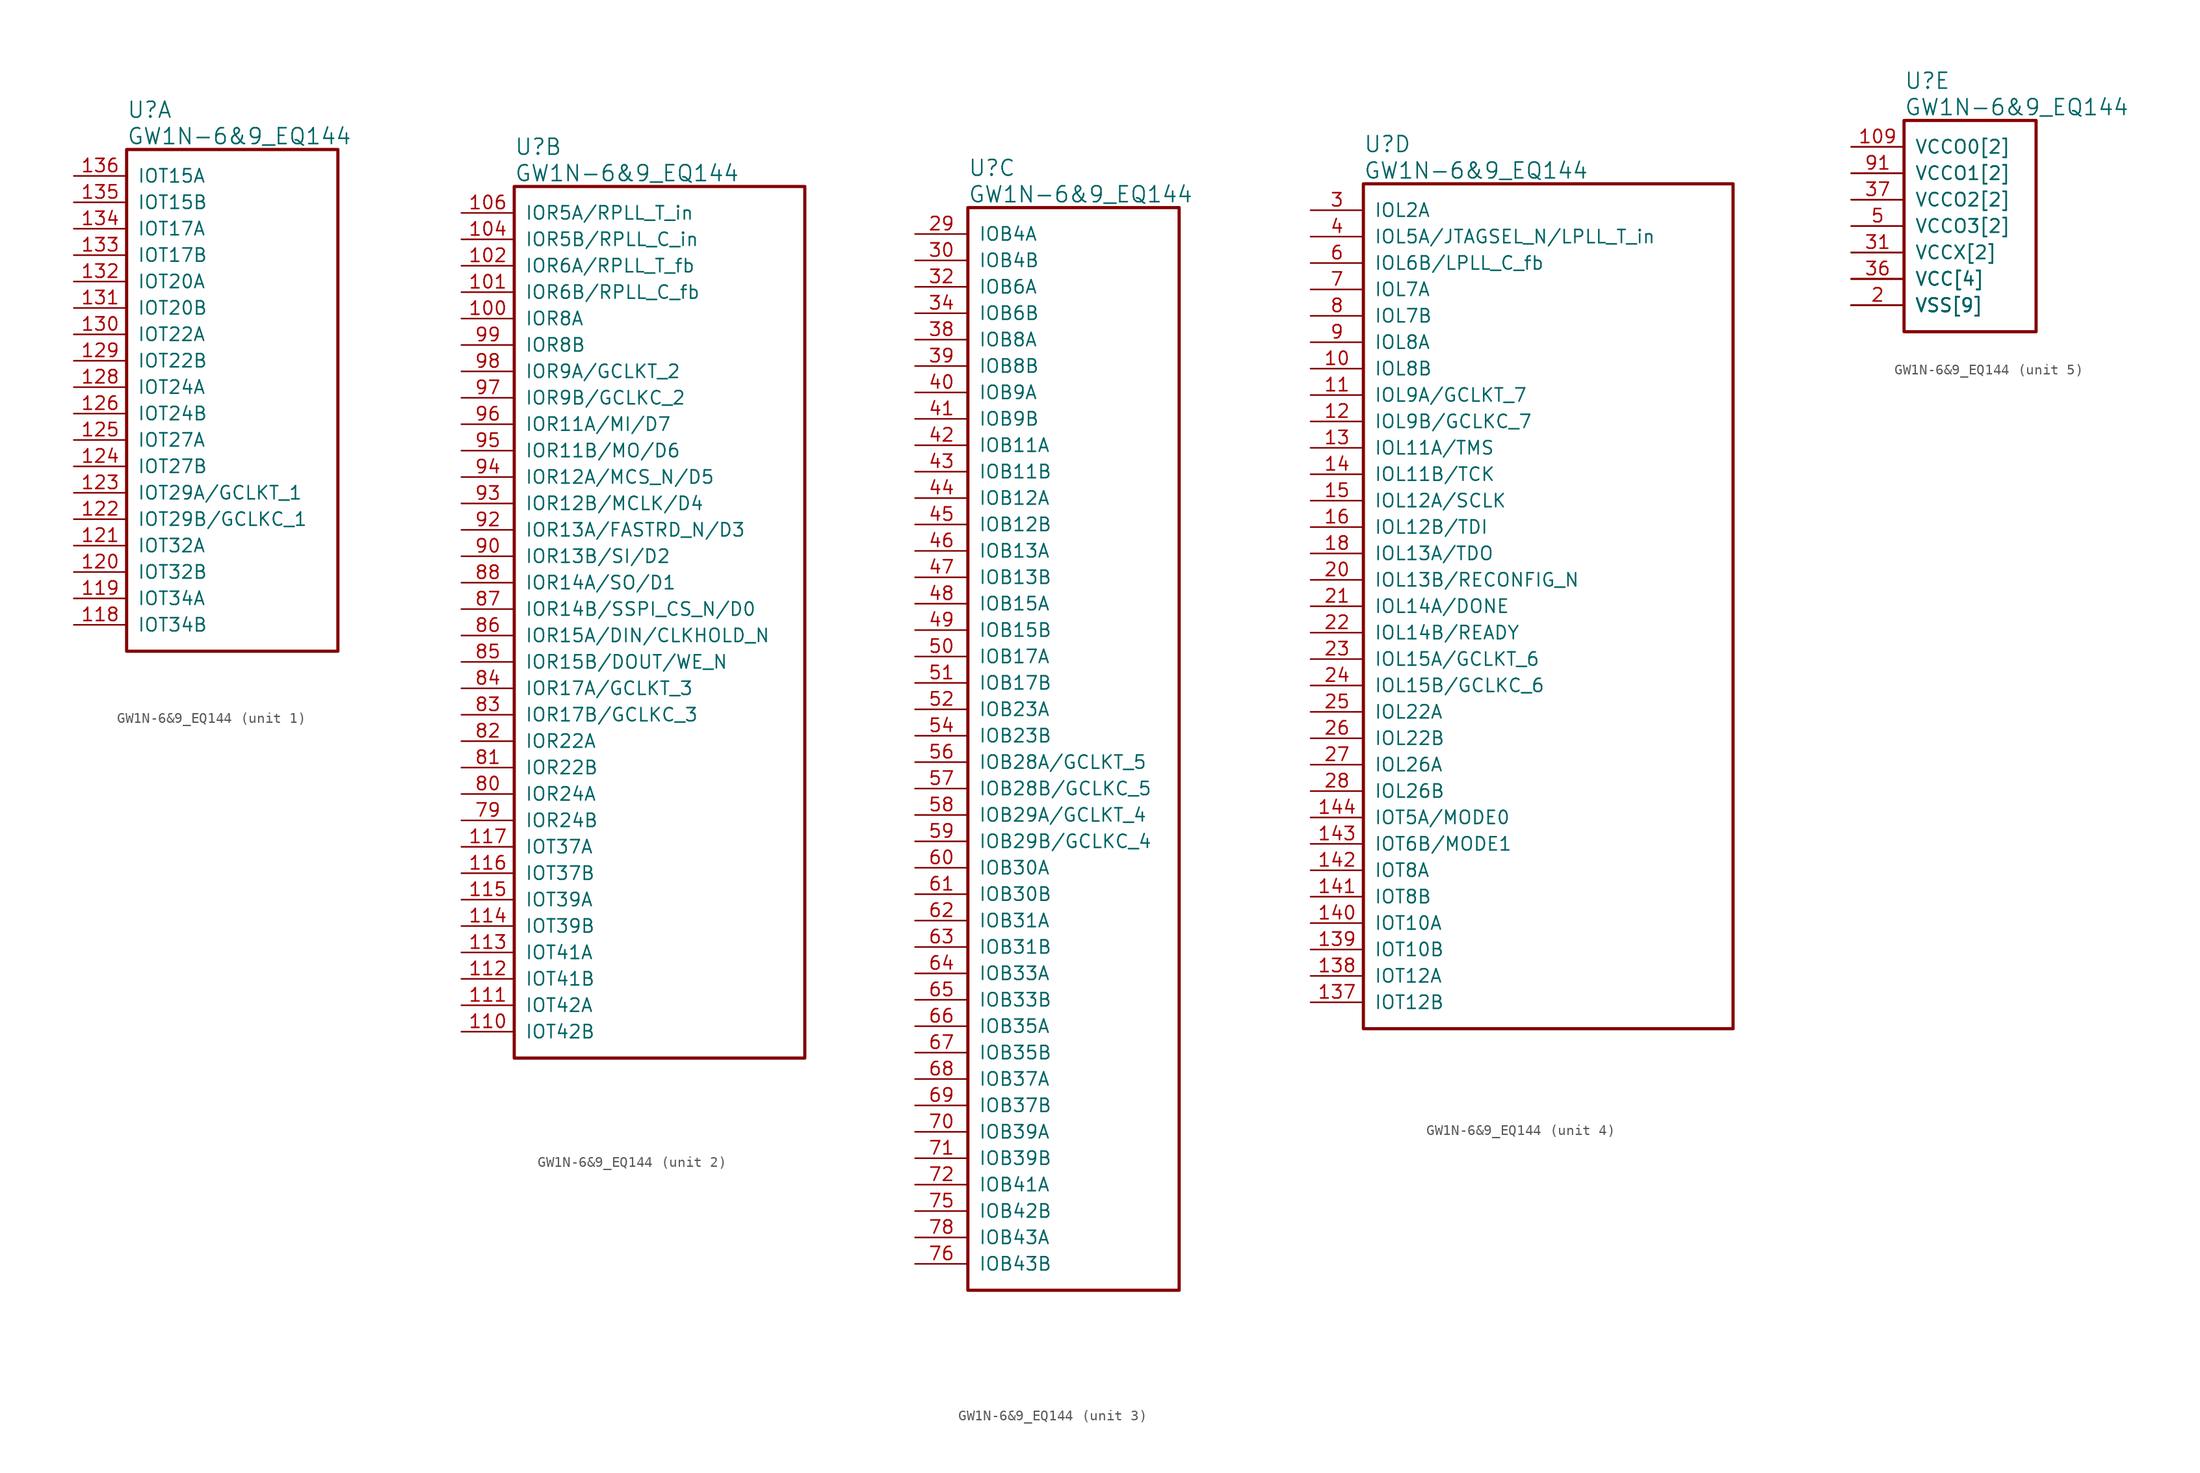
<source format=kicad_sym>
(kicad_symbol_lib
  (version 20220914)
  (generator kicad_symbol_editor)
  (symbol "GW1N-6&9_EQ144"
    (pin_names
      (offset 1.016))
    (property "Reference" "U"
      (at 5.08 6.35 0)
      (effects (font (size 1.524 1.524)) (justify left)))
    (property "Value" "GW1N-6&9_EQ144"
      (at 5.08 3.81 0)
      (effects (font (size 1.524 1.524)) (justify left)))
    (property "ki_locked" ""
      (at 0 0 0)
      (effects (font (size 1.27 1.27))))
    (symbol "GW1N-6&9_EQ144_1_1"
      (rectangle (start 5.08 2.54) (end 25.4 -45.72) (stroke (width 0.305) (type solid)) (fill (type none)))
      (pin bidirectional line (at 0 -43.18 0) (length 5.08) (name "IOT34B" (effects (font (size 1.27 1.27)))) (number "118" (effects (font (size 1.27 1.27)))))
      (pin bidirectional line (at 0 -40.64 0) (length 5.08) (name "IOT34A" (effects (font (size 1.27 1.27)))) (number "119" (effects (font (size 1.27 1.27)))))
      (pin bidirectional line (at 0 -38.1 0) (length 5.08) (name "IOT32B" (effects (font (size 1.27 1.27)))) (number "120" (effects (font (size 1.27 1.27)))))
      (pin bidirectional line (at 0 -35.56 0) (length 5.08) (name "IOT32A" (effects (font (size 1.27 1.27)))) (number "121" (effects (font (size 1.27 1.27)))))
      (pin bidirectional line (at 0 -33.02 0) (length 5.08) (name "IOT29B/GCLKC_1" (effects (font (size 1.27 1.27)))) (number "122" (effects (font (size 1.27 1.27)))))
      (pin bidirectional line (at 0 -30.48 0) (length 5.08) (name "IOT29A/GCLKT_1" (effects (font (size 1.27 1.27)))) (number "123" (effects (font (size 1.27 1.27)))))
      (pin bidirectional line (at 0 -27.94 0) (length 5.08) (name "IOT27B" (effects (font (size 1.27 1.27)))) (number "124" (effects (font (size 1.27 1.27)))))
      (pin bidirectional line (at 0 -25.4 0) (length 5.08) (name "IOT27A" (effects (font (size 1.27 1.27)))) (number "125" (effects (font (size 1.27 1.27)))))
      (pin bidirectional line (at 0 -22.86 0) (length 5.08) (name "IOT24B" (effects (font (size 1.27 1.27)))) (number "126" (effects (font (size 1.27 1.27)))))
      (pin bidirectional line (at 0 -20.32 0) (length 5.08) (name "IOT24A" (effects (font (size 1.27 1.27)))) (number "128" (effects (font (size 1.27 1.27)))))
      (pin bidirectional line (at 0 -17.78 0) (length 5.08) (name "IOT22B" (effects (font (size 1.27 1.27)))) (number "129" (effects (font (size 1.27 1.27)))))
      (pin bidirectional line (at 0 -15.24 0) (length 5.08) (name "IOT22A" (effects (font (size 1.27 1.27)))) (number "130" (effects (font (size 1.27 1.27)))))
      (pin bidirectional line (at 0 -12.7 0) (length 5.08) (name "IOT20B" (effects (font (size 1.27 1.27)))) (number "131" (effects (font (size 1.27 1.27)))))
      (pin bidirectional line (at 0 -10.16 0) (length 5.08) (name "IOT20A" (effects (font (size 1.27 1.27)))) (number "132" (effects (font (size 1.27 1.27)))))
      (pin bidirectional line (at 0 -7.62 0) (length 5.08) (name "IOT17B" (effects (font (size 1.27 1.27)))) (number "133" (effects (font (size 1.27 1.27)))))
      (pin bidirectional line (at 0 -5.08 0) (length 5.08) (name "IOT17A" (effects (font (size 1.27 1.27)))) (number "134" (effects (font (size 1.27 1.27)))))
      (pin bidirectional line (at 0 -2.54 0) (length 5.08) (name "IOT15B" (effects (font (size 1.27 1.27)))) (number "135" (effects (font (size 1.27 1.27)))))
      (pin bidirectional line (at 0 0 0) (length 5.08) (name "IOT15A" (effects (font (size 1.27 1.27)))) (number "136" (effects (font (size 1.27 1.27))))))
    (symbol "GW1N-6&9_EQ144_2_1"
      (rectangle (start 5.08 2.54) (end 33.02 -81.28) (stroke (width 0.305) (type solid)) (fill (type none)))
      (pin bidirectional line (at 0 -10.16 0) (length 5.08) (name "IOR8A" (effects (font (size 1.27 1.27)))) (number "100" (effects (font (size 1.27 1.27)))))
      (pin bidirectional line (at 0 -7.62 0) (length 5.08) (name "IOR6B/RPLL_C_fb" (effects (font (size 1.27 1.27)))) (number "101" (effects (font (size 1.27 1.27)))))
      (pin bidirectional line (at 0 -5.08 0) (length 5.08) (name "IOR6A/RPLL_T_fb" (effects (font (size 1.27 1.27)))) (number "102" (effects (font (size 1.27 1.27)))))
      (pin bidirectional line (at 0 -2.54 0) (length 5.08) (name "IOR5B/RPLL_C_in" (effects (font (size 1.27 1.27)))) (number "104" (effects (font (size 1.27 1.27)))))
      (pin bidirectional line (at 0 0 0) (length 5.08) (name "IOR5A/RPLL_T_in" (effects (font (size 1.27 1.27)))) (number "106" (effects (font (size 1.27 1.27)))))
      (pin bidirectional line (at 0 -78.74 0) (length 5.08) (name "IOT42B" (effects (font (size 1.27 1.27)))) (number "110" (effects (font (size 1.27 1.27)))))
      (pin bidirectional line (at 0 -76.2 0) (length 5.08) (name "IOT42A" (effects (font (size 1.27 1.27)))) (number "111" (effects (font (size 1.27 1.27)))))
      (pin bidirectional line (at 0 -73.66 0) (length 5.08) (name "IOT41B" (effects (font (size 1.27 1.27)))) (number "112" (effects (font (size 1.27 1.27)))))
      (pin bidirectional line (at 0 -71.12 0) (length 5.08) (name "IOT41A" (effects (font (size 1.27 1.27)))) (number "113" (effects (font (size 1.27 1.27)))))
      (pin bidirectional line (at 0 -68.58 0) (length 5.08) (name "IOT39B" (effects (font (size 1.27 1.27)))) (number "114" (effects (font (size 1.27 1.27)))))
      (pin bidirectional line (at 0 -66.04 0) (length 5.08) (name "IOT39A" (effects (font (size 1.27 1.27)))) (number "115" (effects (font (size 1.27 1.27)))))
      (pin bidirectional line (at 0 -63.5 0) (length 5.08) (name "IOT37B" (effects (font (size 1.27 1.27)))) (number "116" (effects (font (size 1.27 1.27)))))
      (pin bidirectional line (at 0 -60.96 0) (length 5.08) (name "IOT37A" (effects (font (size 1.27 1.27)))) (number "117" (effects (font (size 1.27 1.27)))))
      (pin bidirectional line (at 0 -58.42 0) (length 5.08) (name "IOR24B" (effects (font (size 1.27 1.27)))) (number "79" (effects (font (size 1.27 1.27)))))
      (pin bidirectional line (at 0 -55.88 0) (length 5.08) (name "IOR24A" (effects (font (size 1.27 1.27)))) (number "80" (effects (font (size 1.27 1.27)))))
      (pin bidirectional line (at 0 -53.34 0) (length 5.08) (name "IOR22B" (effects (font (size 1.27 1.27)))) (number "81" (effects (font (size 1.27 1.27)))))
      (pin bidirectional line (at 0 -50.8 0) (length 5.08) (name "IOR22A" (effects (font (size 1.27 1.27)))) (number "82" (effects (font (size 1.27 1.27)))))
      (pin bidirectional line (at 0 -48.26 0) (length 5.08) (name "IOR17B/GCLKC_3" (effects (font (size 1.27 1.27)))) (number "83" (effects (font (size 1.27 1.27)))))
      (pin bidirectional line (at 0 -45.72 0) (length 5.08) (name "IOR17A/GCLKT_3" (effects (font (size 1.27 1.27)))) (number "84" (effects (font (size 1.27 1.27)))))
      (pin bidirectional line (at 0 -43.18 0) (length 5.08) (name "IOR15B/DOUT/WE_N" (effects (font (size 1.27 1.27)))) (number "85" (effects (font (size 1.27 1.27)))))
      (pin bidirectional line (at 0 -40.64 0) (length 5.08) (name "IOR15A/DIN/CLKHOLD_N" (effects (font (size 1.27 1.27)))) (number "86" (effects (font (size 1.27 1.27)))))
      (pin bidirectional line (at 0 -38.1 0) (length 5.08) (name "IOR14B/SSPI_CS_N/D0" (effects (font (size 1.27 1.27)))) (number "87" (effects (font (size 1.27 1.27)))))
      (pin bidirectional line (at 0 -35.56 0) (length 5.08) (name "IOR14A/SO/D1" (effects (font (size 1.27 1.27)))) (number "88" (effects (font (size 1.27 1.27)))))
      (pin bidirectional line (at 0 -33.02 0) (length 5.08) (name "IOR13B/SI/D2" (effects (font (size 1.27 1.27)))) (number "90" (effects (font (size 1.27 1.27)))))
      (pin bidirectional line (at 0 -30.48 0) (length 5.08) (name "IOR13A/FASTRD_N/D3" (effects (font (size 1.27 1.27)))) (number "92" (effects (font (size 1.27 1.27)))))
      (pin bidirectional line (at 0 -27.94 0) (length 5.08) (name "IOR12B/MCLK/D4" (effects (font (size 1.27 1.27)))) (number "93" (effects (font (size 1.27 1.27)))))
      (pin bidirectional line (at 0 -25.4 0) (length 5.08) (name "IOR12A/MCS_N/D5" (effects (font (size 1.27 1.27)))) (number "94" (effects (font (size 1.27 1.27)))))
      (pin bidirectional line (at 0 -22.86 0) (length 5.08) (name "IOR11B/MO/D6" (effects (font (size 1.27 1.27)))) (number "95" (effects (font (size 1.27 1.27)))))
      (pin bidirectional line (at 0 -20.32 0) (length 5.08) (name "IOR11A/MI/D7" (effects (font (size 1.27 1.27)))) (number "96" (effects (font (size 1.27 1.27)))))
      (pin bidirectional line (at 0 -17.78 0) (length 5.08) (name "IOR9B/GCLKC_2" (effects (font (size 1.27 1.27)))) (number "97" (effects (font (size 1.27 1.27)))))
      (pin bidirectional line (at 0 -15.24 0) (length 5.08) (name "IOR9A/GCLKT_2" (effects (font (size 1.27 1.27)))) (number "98" (effects (font (size 1.27 1.27)))))
      (pin bidirectional line (at 0 -12.7 0) (length 5.08) (name "IOR8B" (effects (font (size 1.27 1.27)))) (number "99" (effects (font (size 1.27 1.27))))))
    (symbol "GW1N-6&9_EQ144_3_1"
      (rectangle (start 5.08 2.54) (end 25.4 -101.6) (stroke (width 0.305) (type solid)) (fill (type none)))
      (pin bidirectional line (at 0 0 0) (length 5.08) (name "IOB4A" (effects (font (size 1.27 1.27)))) (number "29" (effects (font (size 1.27 1.27)))))
      (pin bidirectional line (at 0 -2.54 0) (length 5.08) (name "IOB4B" (effects (font (size 1.27 1.27)))) (number "30" (effects (font (size 1.27 1.27)))))
      (pin bidirectional line (at 0 -5.08 0) (length 5.08) (name "IOB6A" (effects (font (size 1.27 1.27)))) (number "32" (effects (font (size 1.27 1.27)))))
      (pin bidirectional line (at 0 -7.62 0) (length 5.08) (name "IOB6B" (effects (font (size 1.27 1.27)))) (number "34" (effects (font (size 1.27 1.27)))))
      (pin bidirectional line (at 0 -10.16 0) (length 5.08) (name "IOB8A" (effects (font (size 1.27 1.27)))) (number "38" (effects (font (size 1.27 1.27)))))
      (pin bidirectional line (at 0 -12.7 0) (length 5.08) (name "IOB8B" (effects (font (size 1.27 1.27)))) (number "39" (effects (font (size 1.27 1.27)))))
      (pin bidirectional line (at 0 -15.24 0) (length 5.08) (name "IOB9A" (effects (font (size 1.27 1.27)))) (number "40" (effects (font (size 1.27 1.27)))))
      (pin bidirectional line (at 0 -17.78 0) (length 5.08) (name "IOB9B" (effects (font (size 1.27 1.27)))) (number "41" (effects (font (size 1.27 1.27)))))
      (pin bidirectional line (at 0 -20.32 0) (length 5.08) (name "IOB11A" (effects (font (size 1.27 1.27)))) (number "42" (effects (font (size 1.27 1.27)))))
      (pin bidirectional line (at 0 -22.86 0) (length 5.08) (name "IOB11B" (effects (font (size 1.27 1.27)))) (number "43" (effects (font (size 1.27 1.27)))))
      (pin bidirectional line (at 0 -25.4 0) (length 5.08) (name "IOB12A" (effects (font (size 1.27 1.27)))) (number "44" (effects (font (size 1.27 1.27)))))
      (pin bidirectional line (at 0 -27.94 0) (length 5.08) (name "IOB12B" (effects (font (size 1.27 1.27)))) (number "45" (effects (font (size 1.27 1.27)))))
      (pin bidirectional line (at 0 -30.48 0) (length 5.08) (name "IOB13A" (effects (font (size 1.27 1.27)))) (number "46" (effects (font (size 1.27 1.27)))))
      (pin bidirectional line (at 0 -33.02 0) (length 5.08) (name "IOB13B" (effects (font (size 1.27 1.27)))) (number "47" (effects (font (size 1.27 1.27)))))
      (pin bidirectional line (at 0 -35.56 0) (length 5.08) (name "IOB15A" (effects (font (size 1.27 1.27)))) (number "48" (effects (font (size 1.27 1.27)))))
      (pin bidirectional line (at 0 -38.1 0) (length 5.08) (name "IOB15B" (effects (font (size 1.27 1.27)))) (number "49" (effects (font (size 1.27 1.27)))))
      (pin bidirectional line (at 0 -40.64 0) (length 5.08) (name "IOB17A" (effects (font (size 1.27 1.27)))) (number "50" (effects (font (size 1.27 1.27)))))
      (pin bidirectional line (at 0 -43.18 0) (length 5.08) (name "IOB17B" (effects (font (size 1.27 1.27)))) (number "51" (effects (font (size 1.27 1.27)))))
      (pin bidirectional line (at 0 -45.72 0) (length 5.08) (name "IOB23A" (effects (font (size 1.27 1.27)))) (number "52" (effects (font (size 1.27 1.27)))))
      (pin bidirectional line (at 0 -48.26 0) (length 5.08) (name "IOB23B" (effects (font (size 1.27 1.27)))) (number "54" (effects (font (size 1.27 1.27)))))
      (pin bidirectional line (at 0 -50.8 0) (length 5.08) (name "IOB28A/GCLKT_5" (effects (font (size 1.27 1.27)))) (number "56" (effects (font (size 1.27 1.27)))))
      (pin bidirectional line (at 0 -53.34 0) (length 5.08) (name "IOB28B/GCLKC_5" (effects (font (size 1.27 1.27)))) (number "57" (effects (font (size 1.27 1.27)))))
      (pin bidirectional line (at 0 -55.88 0) (length 5.08) (name "IOB29A/GCLKT_4" (effects (font (size 1.27 1.27)))) (number "58" (effects (font (size 1.27 1.27)))))
      (pin bidirectional line (at 0 -58.42 0) (length 5.08) (name "IOB29B/GCLKC_4" (effects (font (size 1.27 1.27)))) (number "59" (effects (font (size 1.27 1.27)))))
      (pin bidirectional line (at 0 -60.96 0) (length 5.08) (name "IOB30A" (effects (font (size 1.27 1.27)))) (number "60" (effects (font (size 1.27 1.27)))))
      (pin bidirectional line (at 0 -63.5 0) (length 5.08) (name "IOB30B" (effects (font (size 1.27 1.27)))) (number "61" (effects (font (size 1.27 1.27)))))
      (pin bidirectional line (at 0 -66.04 0) (length 5.08) (name "IOB31A" (effects (font (size 1.27 1.27)))) (number "62" (effects (font (size 1.27 1.27)))))
      (pin bidirectional line (at 0 -68.58 0) (length 5.08) (name "IOB31B" (effects (font (size 1.27 1.27)))) (number "63" (effects (font (size 1.27 1.27)))))
      (pin bidirectional line (at 0 -71.12 0) (length 5.08) (name "IOB33A" (effects (font (size 1.27 1.27)))) (number "64" (effects (font (size 1.27 1.27)))))
      (pin bidirectional line (at 0 -73.66 0) (length 5.08) (name "IOB33B" (effects (font (size 1.27 1.27)))) (number "65" (effects (font (size 1.27 1.27)))))
      (pin bidirectional line (at 0 -76.2 0) (length 5.08) (name "IOB35A" (effects (font (size 1.27 1.27)))) (number "66" (effects (font (size 1.27 1.27)))))
      (pin bidirectional line (at 0 -78.74 0) (length 5.08) (name "IOB35B" (effects (font (size 1.27 1.27)))) (number "67" (effects (font (size 1.27 1.27)))))
      (pin bidirectional line (at 0 -81.28 0) (length 5.08) (name "IOB37A" (effects (font (size 1.27 1.27)))) (number "68" (effects (font (size 1.27 1.27)))))
      (pin bidirectional line (at 0 -83.82 0) (length 5.08) (name "IOB37B" (effects (font (size 1.27 1.27)))) (number "69" (effects (font (size 1.27 1.27)))))
      (pin bidirectional line (at 0 -86.36 0) (length 5.08) (name "IOB39A" (effects (font (size 1.27 1.27)))) (number "70" (effects (font (size 1.27 1.27)))))
      (pin bidirectional line (at 0 -88.9 0) (length 5.08) (name "IOB39B" (effects (font (size 1.27 1.27)))) (number "71" (effects (font (size 1.27 1.27)))))
      (pin bidirectional line (at 0 -91.44 0) (length 5.08) (name "IOB41A" (effects (font (size 1.27 1.27)))) (number "72" (effects (font (size 1.27 1.27)))))
      (pin bidirectional line (at 0 -93.98 0) (length 5.08) (name "IOB42B" (effects (font (size 1.27 1.27)))) (number "75" (effects (font (size 1.27 1.27)))))
      (pin bidirectional line (at 0 -99.06 0) (length 5.08) (name "IOB43B" (effects (font (size 1.27 1.27)))) (number "76" (effects (font (size 1.27 1.27)))))
      (pin bidirectional line (at 0 -96.52 0) (length 5.08) (name "IOB43A" (effects (font (size 1.27 1.27)))) (number "78" (effects (font (size 1.27 1.27))))))
    (symbol "GW1N-6&9_EQ144_4_1"
      (rectangle (start 5.08 2.54) (end 40.64 -78.74) (stroke (width 0.305) (type solid)) (fill (type none)))
      (pin bidirectional line (at 0 -15.24 0) (length 5.08) (name "IOL8B" (effects (font (size 1.27 1.27)))) (number "10" (effects (font (size 1.27 1.27)))))
      (pin bidirectional line (at 0 -17.78 0) (length 5.08) (name "IOL9A/GCLKT_7" (effects (font (size 1.27 1.27)))) (number "11" (effects (font (size 1.27 1.27)))))
      (pin bidirectional line (at 0 -20.32 0) (length 5.08) (name "IOL9B/GCLKC_7" (effects (font (size 1.27 1.27)))) (number "12" (effects (font (size 1.27 1.27)))))
      (pin bidirectional line (at 0 -22.86 0) (length 5.08) (name "IOL11A/TMS" (effects (font (size 1.27 1.27)))) (number "13" (effects (font (size 1.27 1.27)))))
      (pin bidirectional line (at 0 -76.2 0) (length 5.08) (name "IOT12B" (effects (font (size 1.27 1.27)))) (number "137" (effects (font (size 1.27 1.27)))))
      (pin bidirectional line (at 0 -73.66 0) (length 5.08) (name "IOT12A" (effects (font (size 1.27 1.27)))) (number "138" (effects (font (size 1.27 1.27)))))
      (pin bidirectional line (at 0 -71.12 0) (length 5.08) (name "IOT10B" (effects (font (size 1.27 1.27)))) (number "139" (effects (font (size 1.27 1.27)))))
      (pin bidirectional line (at 0 -25.4 0) (length 5.08) (name "IOL11B/TCK" (effects (font (size 1.27 1.27)))) (number "14" (effects (font (size 1.27 1.27)))))
      (pin bidirectional line (at 0 -68.58 0) (length 5.08) (name "IOT10A" (effects (font (size 1.27 1.27)))) (number "140" (effects (font (size 1.27 1.27)))))
      (pin bidirectional line (at 0 -66.04 0) (length 5.08) (name "IOT8B" (effects (font (size 1.27 1.27)))) (number "141" (effects (font (size 1.27 1.27)))))
      (pin bidirectional line (at 0 -63.5 0) (length 5.08) (name "IOT8A" (effects (font (size 1.27 1.27)))) (number "142" (effects (font (size 1.27 1.27)))))
      (pin bidirectional line (at 0 -60.96 0) (length 5.08) (name "IOT6B/MODE1" (effects (font (size 1.27 1.27)))) (number "143" (effects (font (size 1.27 1.27)))))
      (pin bidirectional line (at 0 -58.42 0) (length 5.08) (name "IOT5A/MODE0" (effects (font (size 1.27 1.27)))) (number "144" (effects (font (size 1.27 1.27)))))
      (pin bidirectional line (at 0 -27.94 0) (length 5.08) (name "IOL12A/SCLK" (effects (font (size 1.27 1.27)))) (number "15" (effects (font (size 1.27 1.27)))))
      (pin bidirectional line (at 0 -30.48 0) (length 5.08) (name "IOL12B/TDI" (effects (font (size 1.27 1.27)))) (number "16" (effects (font (size 1.27 1.27)))))
      (pin bidirectional line (at 0 -33.02 0) (length 5.08) (name "IOL13A/TDO" (effects (font (size 1.27 1.27)))) (number "18" (effects (font (size 1.27 1.27)))))
      (pin bidirectional line (at 0 -35.56 0) (length 5.08) (name "IOL13B/RECONFIG_N" (effects (font (size 1.27 1.27)))) (number "20" (effects (font (size 1.27 1.27)))))
      (pin bidirectional line (at 0 -38.1 0) (length 5.08) (name "IOL14A/DONE" (effects (font (size 1.27 1.27)))) (number "21" (effects (font (size 1.27 1.27)))))
      (pin bidirectional line (at 0 -40.64 0) (length 5.08) (name "IOL14B/READY" (effects (font (size 1.27 1.27)))) (number "22" (effects (font (size 1.27 1.27)))))
      (pin bidirectional line (at 0 -43.18 0) (length 5.08) (name "IOL15A/GCLKT_6" (effects (font (size 1.27 1.27)))) (number "23" (effects (font (size 1.27 1.27)))))
      (pin bidirectional line (at 0 -45.72 0) (length 5.08) (name "IOL15B/GCLKC_6" (effects (font (size 1.27 1.27)))) (number "24" (effects (font (size 1.27 1.27)))))
      (pin bidirectional line (at 0 -48.26 0) (length 5.08) (name "IOL22A" (effects (font (size 1.27 1.27)))) (number "25" (effects (font (size 1.27 1.27)))))
      (pin bidirectional line (at 0 -50.8 0) (length 5.08) (name "IOL22B" (effects (font (size 1.27 1.27)))) (number "26" (effects (font (size 1.27 1.27)))))
      (pin bidirectional line (at 0 -53.34 0) (length 5.08) (name "IOL26A" (effects (font (size 1.27 1.27)))) (number "27" (effects (font (size 1.27 1.27)))))
      (pin bidirectional line (at 0 -55.88 0) (length 5.08) (name "IOL26B" (effects (font (size 1.27 1.27)))) (number "28" (effects (font (size 1.27 1.27)))))
      (pin bidirectional line (at 0 0 0) (length 5.08) (name "IOL2A" (effects (font (size 1.27 1.27)))) (number "3" (effects (font (size 1.27 1.27)))))
      (pin bidirectional line (at 0 -2.54 0) (length 5.08) (name "IOL5A/JTAGSEL_N/LPLL_T_in" (effects (font (size 1.27 1.27)))) (number "4" (effects (font (size 1.27 1.27)))))
      (pin bidirectional line (at 0 -5.08 0) (length 5.08) (name "IOL6B/LPLL_C_fb" (effects (font (size 1.27 1.27)))) (number "6" (effects (font (size 1.27 1.27)))))
      (pin bidirectional line (at 0 -7.62 0) (length 5.08) (name "IOL7A" (effects (font (size 1.27 1.27)))) (number "7" (effects (font (size 1.27 1.27)))))
      (pin bidirectional line (at 0 -10.16 0) (length 5.08) (name "IOL7B" (effects (font (size 1.27 1.27)))) (number "8" (effects (font (size 1.27 1.27)))))
      (pin bidirectional line (at 0 -12.7 0) (length 5.08) (name "IOL8A" (effects (font (size 1.27 1.27)))) (number "9" (effects (font (size 1.27 1.27))))))
    (symbol "GW1N-6&9_EQ144_5_1"
      (rectangle (start 5.08 2.54) (end 17.78 -17.78) (stroke (width 0.305) (type solid)) (fill (type none)))
      (pin power_in line (at 0 -12.7 0) (length 5.08) (name "VCC[4]" (effects (font (size 1.27 1.27)))) (number "1" (effects (font (size 0 0)))))
      (pin power_in line (at 0 -2.54 0) (length 5.08) (name "VCCO1[2]" (effects (font (size 1.27 1.27)))) (number "103" (effects (font (size 0 0)))))
      (pin power_in line (at 0 -15.24 0) (length 5.08) (name "VSS[9]" (effects (font (size 1.27 1.27)))) (number "105" (effects (font (size 0 0)))))
      (pin power_in line (at 0 -15.24 0) (length 5.08) (name "VSS[9]" (effects (font (size 1.27 1.27)))) (number "107" (effects (font (size 0 0)))))
      (pin power_in line (at 0 -12.7 0) (length 5.08) (name "VCC[4]" (effects (font (size 1.27 1.27)))) (number "108" (effects (font (size 0 0)))))
      (pin power_in line (at 0 0 0) (length 5.08) (name "VCCO0[2]" (effects (font (size 1.27 1.27)))) (number "109" (effects (font (size 1.27 1.27)))))
      (pin power_in line (at 0 0 0) (length 5.08) (name "VCCO0[2]" (effects (font (size 1.27 1.27)))) (number "127" (effects (font (size 0 0)))))
      (pin power_in line (at 0 -15.24 0) (length 5.08) (name "VSS[9]" (effects (font (size 1.27 1.27)))) (number "17" (effects (font (size 0 0)))))
      (pin power_in line (at 0 -7.62 0) (length 5.08) (name "VCCO3[2]" (effects (font (size 1.27 1.27)))) (number "19" (effects (font (size 0 0)))))
      (pin power_in line (at 0 -15.24 0) (length 5.08) (name "VSS[9]" (effects (font (size 1.27 1.27)))) (number "2" (effects (font (size 1.27 1.27)))))
      (pin power_in line (at 0 -10.16 0) (length 5.08) (name "VCCX[2]" (effects (font (size 1.27 1.27)))) (number "31" (effects (font (size 1.27 1.27)))))
      (pin power_in line (at 0 -15.24 0) (length 5.08) (name "VSS[9]" (effects (font (size 1.27 1.27)))) (number "33" (effects (font (size 0 0)))))
      (pin power_in line (at 0 -15.24 0) (length 5.08) (name "VSS[9]" (effects (font (size 1.27 1.27)))) (number "35" (effects (font (size 0 0)))))
      (pin power_in line (at 0 -12.7 0) (length 5.08) (name "VCC[4]" (effects (font (size 1.27 1.27)))) (number "36" (effects (font (size 1.27 1.27)))))
      (pin power_in line (at 0 -5.08 0) (length 5.08) (name "VCCO2[2]" (effects (font (size 1.27 1.27)))) (number "37" (effects (font (size 1.27 1.27)))))
      (pin power_in line (at 0 -7.62 0) (length 5.08) (name "VCCO3[2]" (effects (font (size 1.27 1.27)))) (number "5" (effects (font (size 1.27 1.27)))))
      (pin power_in line (at 0 -15.24 0) (length 5.08) (name "VSS[9]" (effects (font (size 1.27 1.27)))) (number "53" (effects (font (size 0 0)))))
      (pin power_in line (at 0 -5.08 0) (length 5.08) (name "VCCO2[2]" (effects (font (size 1.27 1.27)))) (number "55" (effects (font (size 0 0)))))
      (pin power_in line (at 0 -12.7 0) (length 5.08) (name "VCC[4]" (effects (font (size 1.27 1.27)))) (number "73" (effects (font (size 0 0)))))
      (pin power_in line (at 0 -15.24 0) (length 5.08) (name "VSS[9]" (effects (font (size 1.27 1.27)))) (number "74" (effects (font (size 0 0)))))
      (pin power_in line (at 0 -10.16 0) (length 5.08) (name "VCCX[2]" (effects (font (size 1.27 1.27)))) (number "77" (effects (font (size 0 0)))))
      (pin power_in line (at 0 -15.24 0) (length 5.08) (name "VSS[9]" (effects (font (size 1.27 1.27)))) (number "89" (effects (font (size 0 0)))))
      (pin power_in line (at 0 -2.54 0) (length 5.08) (name "VCCO1[2]" (effects (font (size 1.27 1.27)))) (number "91" (effects (font (size 1.27 1.27))))))))
</source>
